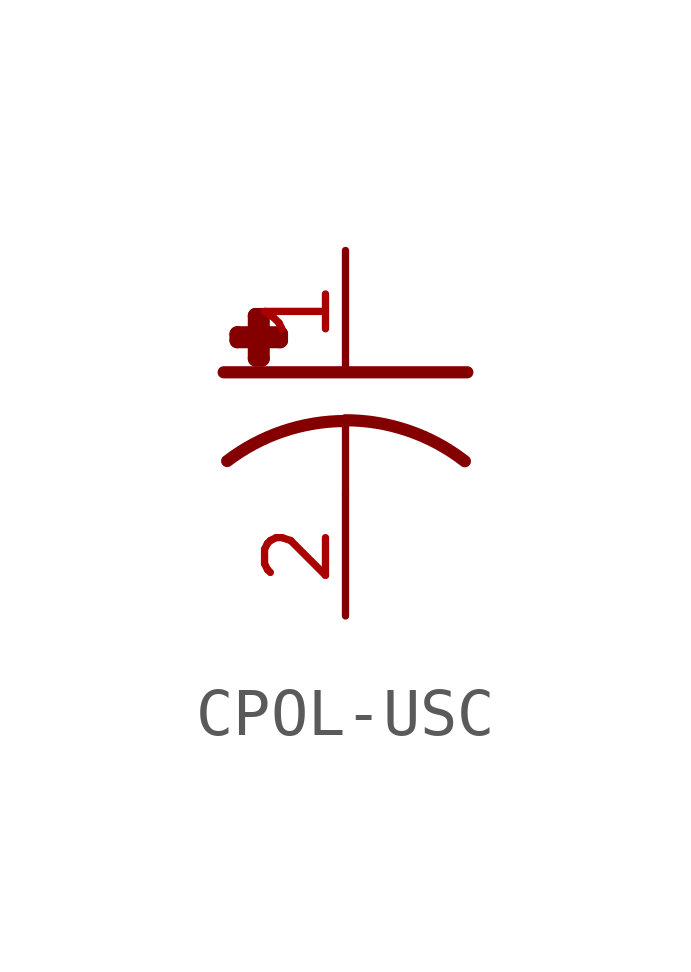
<source format=kicad_sym>
(kicad_symbol_lib
  (version 20231120)
  (generator "kicad_symbol_editor")
  (generator_version "8.0")
  (symbol "CPOL-USC"
    (property "Reference" "C"
      (at 0 0 0)
      (effects (font (size 1.27 1.27)) (hide yes)))
    (property "ki_locked" ""
      (at 0 0 0)
      (effects (font (size 1.27 1.27))))
    (symbol "CPOL-USC_1_0"
      (arc (start 0 -0.334) (mid -1.3021 -0.548) (end -2.467 -1.168) (stroke (width 0.254) (type solid)) (fill (type none)))
      (polyline (pts (xy -2.54 0.682) (xy 2.54 0.682)) (stroke (width 0.254) (type solid)) (fill (type none)))
      (polyline (pts (xy -2.253 1.349) (xy -1.364 1.349)) (stroke (width 0.333) (type solid)) (fill (type none)))
      (polyline (pts (xy -2.253 1.477) (xy -2.253 1.349)) (stroke (width 0.333) (type solid)) (fill (type none)))
      (polyline (pts (xy -1.871 0.969) (xy -1.745 0.969)) (stroke (width 0.333) (type solid)) (fill (type none)))
      (polyline (pts (xy -1.871 1.858) (xy -1.871 0.969)) (stroke (width 0.333) (type solid)) (fill (type none)))
      (polyline (pts (xy -1.745 0.969) (xy -1.745 1.858)) (stroke (width 0.333) (type solid)) (fill (type none)))
      (polyline (pts (xy -1.745 1.858) (xy -1.871 1.858)) (stroke (width 0.333) (type solid)) (fill (type none)))
      (polyline (pts (xy -1.364 1.349) (xy -1.364 1.477)) (stroke (width 0.333) (type solid)) (fill (type none)))
      (polyline (pts (xy -1.364 1.477) (xy -2.253 1.477)) (stroke (width 0.333) (type solid)) (fill (type none)))
      (polyline (pts (xy 0 -0.334) (xy 0 -1.858)) (stroke (width 0.152) (type solid)) (fill (type none)))
      (arc (start 2.489 -1.172) (mid 1.3157 -0.5374) (end 0 -0.3179) (stroke (width 0.254) (type solid)) (fill (type none)))
      (pin passive line (at 0 3.222 270) (length 2.54) (name "+" (effects (font (size 0 0)))) (number "1" (effects (font (size 1.27 1.27)))))
      (pin passive line (at 0 -4.398 90) (length 2.54) (name "-" (effects (font (size 0 0)))) (number "2" (effects (font (size 1.27 1.27))))))))
</source>
